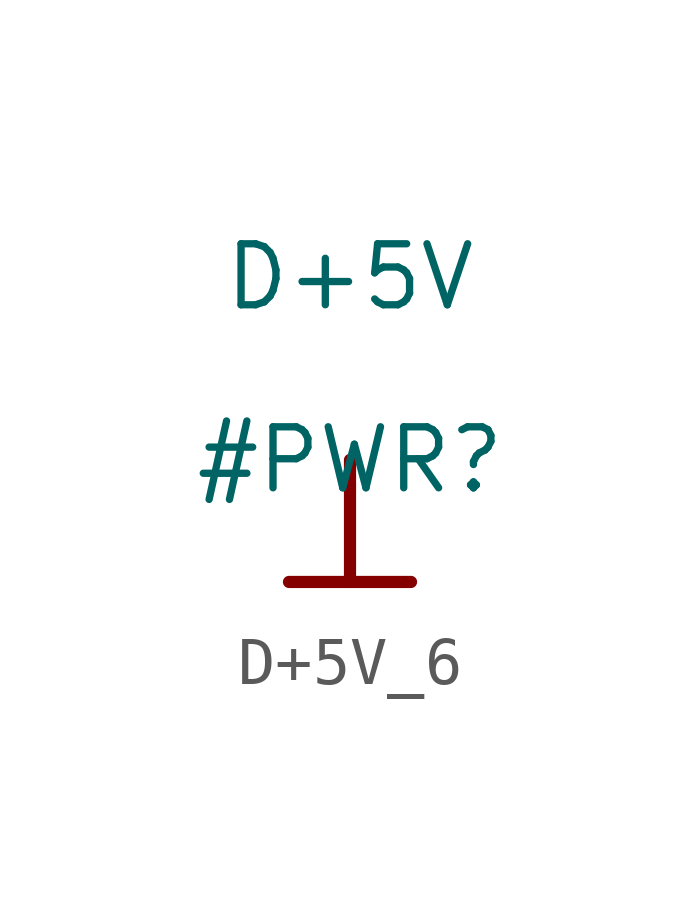
<source format=kicad_sym>
(kicad_symbol_lib
  (version 20241209)
  (generator "kicad_symbol_editor")
  (generator_version "9.0")
  (symbol "D+5V_6"
    (power)
    (property "Reference" "#PWR"
      (at 0 0 0)
      (effects (font (size 1.27 1.27))))
    (property "Value" "D+5V"
      (at 0 3.81 0)
      (effects (font (size 1.27 1.27))))
    (symbol "D+5V_6_0_0"
      (polyline (pts (xy -1.27 -2.54) (xy 1.27 -2.54)) (stroke (width 0.254) (type solid)) (fill (type none)))
      (polyline (pts (xy 0 0) (xy 0 -2.54)) (stroke (width 0.254) (type solid)) (fill (type none))))
    (symbol "D+5V_6_1_0"
      (pin power_out line (at 0 0 0) (length 0) (hide yes) (name "D+5V" (effects (font (size 1.27 1.27)))) (number "" (effects (font (size 1.27 1.27))))))))
</source>
